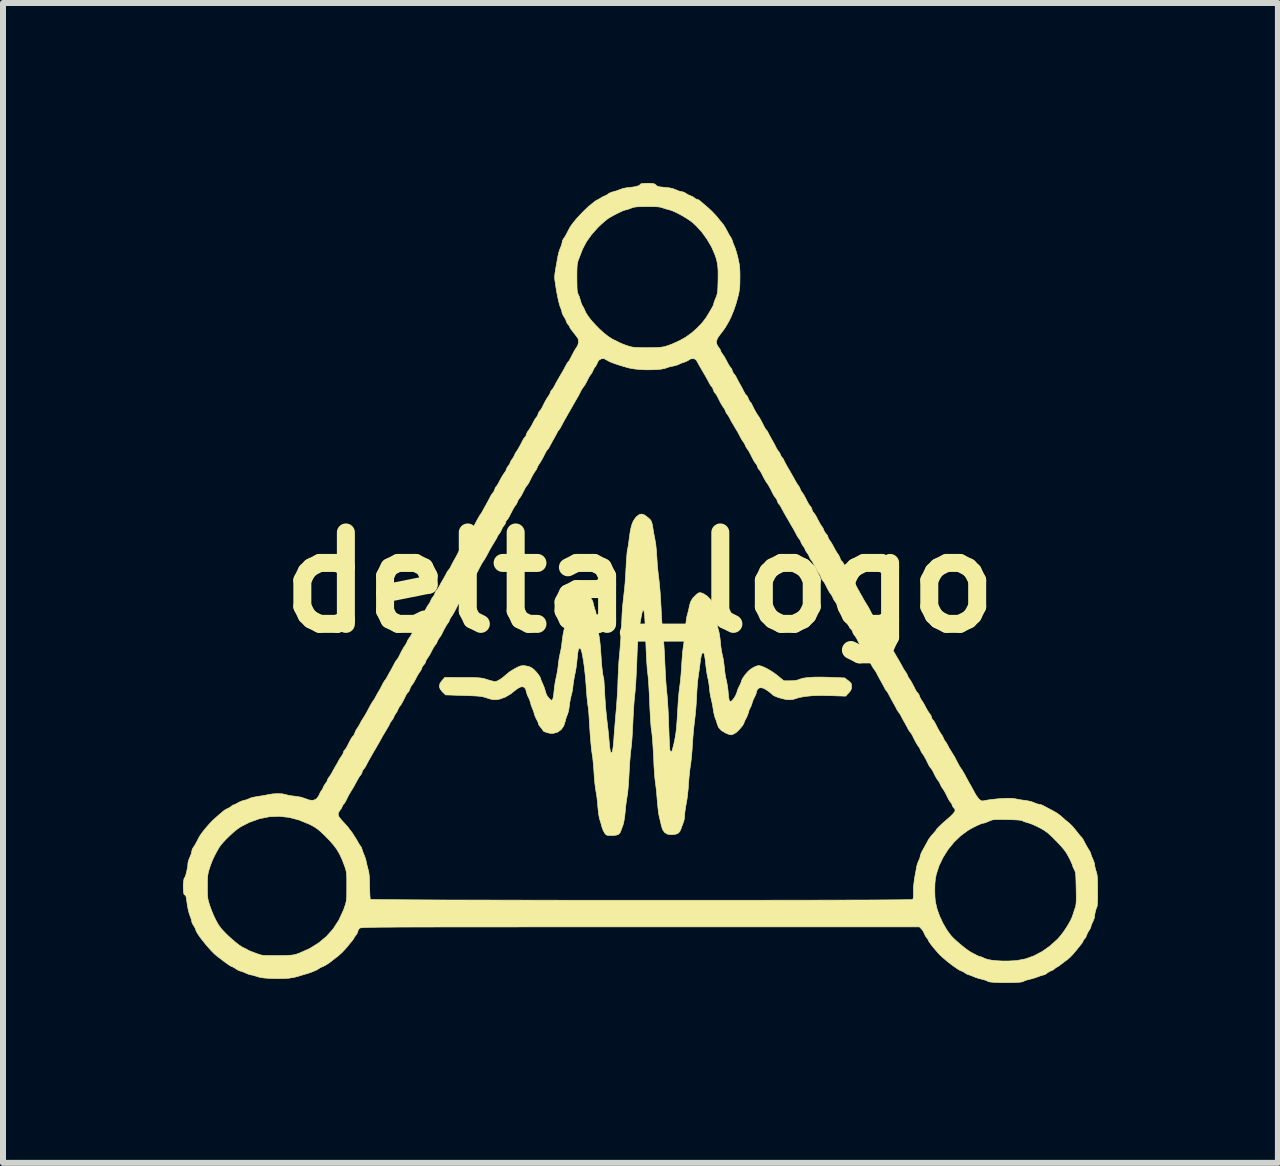
<source format=kicad_pcb>
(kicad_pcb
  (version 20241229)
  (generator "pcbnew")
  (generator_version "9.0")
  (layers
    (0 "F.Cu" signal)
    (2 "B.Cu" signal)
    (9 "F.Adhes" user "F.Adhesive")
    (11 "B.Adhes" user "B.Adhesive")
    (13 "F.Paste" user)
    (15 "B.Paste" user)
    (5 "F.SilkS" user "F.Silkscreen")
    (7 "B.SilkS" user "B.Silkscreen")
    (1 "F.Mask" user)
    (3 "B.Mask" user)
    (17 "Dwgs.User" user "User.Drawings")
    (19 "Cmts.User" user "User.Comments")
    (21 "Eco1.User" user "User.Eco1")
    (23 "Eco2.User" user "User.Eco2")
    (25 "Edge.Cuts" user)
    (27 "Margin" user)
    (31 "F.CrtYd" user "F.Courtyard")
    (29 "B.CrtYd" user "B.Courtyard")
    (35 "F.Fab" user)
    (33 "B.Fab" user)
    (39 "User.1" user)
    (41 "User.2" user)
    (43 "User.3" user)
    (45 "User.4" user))
  (footprint "delta_logo"
    (layer "F.Cu")
    (at 7.614 6.66)
    (property "Reference" "delta_logo" (at 0 0 0) (layer "F.SilkS") (effects (font (size 1.524 1.524) (thickness 0.3))))
    (attr through_hole)
    (fp_poly (pts (xy 0.07 -1.131) (xy 0.119 -1.098) (xy 0.127 -1.091) (xy 0.159 -1.063) (xy 0.181 -1.041) (xy 0.195 -1.016) (xy 0.205 -0.984) (xy 0.215 -0.937) (xy 0.222 -0.889) (xy 0.233 -0.824) (xy 0.246 -0.755) (xy 0.257 -0.696) (xy 0.258 -0.692) (xy 0.266 -0.645) (xy 0.273 -0.581) (xy 0.28 -0.507) (xy 0.284 -0.433) (xy 0.285 -0.425) (xy 0.29 -0.339) (xy 0.298 -0.241) (xy 0.308 -0.143) (xy 0.317 -0.07) (xy 0.325 -0.003) (xy 0.333 0.082) (xy 0.341 0.18) (xy 0.348 0.282) (xy 0.353 0.383) (xy 0.355 0.413) (xy 0.36 0.509) (xy 0.365 0.606) (xy 0.372 0.699) (xy 0.378 0.78) (xy 0.385 0.845) (xy 0.387 0.864) (xy 0.393 0.917) (xy 0.399 0.991) (xy 0.405 1.079) (xy 0.411 1.177) (xy 0.416 1.278) (xy 0.419 1.353) (xy 0.424 1.452) (xy 0.429 1.552) (xy 0.435 1.647) (xy 0.441 1.73) (xy 0.447 1.798) (xy 0.451 1.835) (xy 0.456 1.884) (xy 0.462 1.954) (xy 0.467 2.04) (xy 0.473 2.137) (xy 0.478 2.241) (xy 0.482 2.347) (xy 0.482 2.369) (xy 0.486 2.467) (xy 0.489 2.559) (xy 0.493 2.64) (xy 0.496 2.707) (xy 0.499 2.756) (xy 0.501 2.786) (xy 0.502 2.791) (xy 0.513 2.814) (xy 0.528 2.818) (xy 0.539 2.804) (xy 0.561 2.72) (xy 0.579 2.643) (xy 0.593 2.567) (xy 0.605 2.488) (xy 0.614 2.4) (xy 0.622 2.296) (xy 0.629 2.176) (xy 0.635 2.08) (xy 0.641 1.985) (xy 0.648 1.897) (xy 0.655 1.821) (xy 0.662 1.762) (xy 0.666 1.733) (xy 0.673 1.683) (xy 0.68 1.613) (xy 0.688 1.532) (xy 0.694 1.445) (xy 0.698 1.378) (xy 0.704 1.294) (xy 0.71 1.212) (xy 0.717 1.138) (xy 0.725 1.077) (xy 0.73 1.041) (xy 0.738 0.992) (xy 0.747 0.925) (xy 0.755 0.85) (xy 0.761 0.774) (xy 0.761 0.768) (xy 0.767 0.698) (xy 0.775 0.632) (xy 0.783 0.577) (xy 0.792 0.54) (xy 0.793 0.535) (xy 0.806 0.491) (xy 0.819 0.436) (xy 0.826 0.397) (xy 0.846 0.325) (xy 0.882 0.262) (xy 0.939 0.204) (xy 0.957 0.189) (xy 0.984 0.172) (xy 1.009 0.169) (xy 1.039 0.176) (xy 1.074 0.193) (xy 1.116 0.221) (xy 1.144 0.246) (xy 1.179 0.282) (xy 1.199 0.313) (xy 1.21 0.35) (xy 1.212 0.363) (xy 1.224 0.415) (xy 1.24 0.469) (xy 1.245 0.483) (xy 1.259 0.524) (xy 1.272 0.579) (xy 1.281 0.637) (xy 1.282 0.641) (xy 1.29 0.698) (xy 1.301 0.753) (xy 1.312 0.794) (xy 1.313 0.797) (xy 1.322 0.832) (xy 1.331 0.884) (xy 1.34 0.947) (xy 1.345 1.001) (xy 1.352 1.067) (xy 1.361 1.131) (xy 1.371 1.184) (xy 1.378 1.213) (xy 1.387 1.253) (xy 1.397 1.309) (xy 1.405 1.374) (xy 1.41 1.416) (xy 1.417 1.481) (xy 1.425 1.544) (xy 1.435 1.595) (xy 1.441 1.619) (xy 1.45 1.659) (xy 1.46 1.716) (xy 1.469 1.78) (xy 1.473 1.82) (xy 1.479 1.887) (xy 1.485 1.932) (xy 1.491 1.96) (xy 1.499 1.975) (xy 1.51 1.981) (xy 1.517 1.981) (xy 1.535 1.971) (xy 1.559 1.944) (xy 1.584 1.907) (xy 1.605 1.868) (xy 1.619 1.832) (xy 1.621 1.824) (xy 1.632 1.787) (xy 1.651 1.745) (xy 1.657 1.734) (xy 1.677 1.693) (xy 1.692 1.655) (xy 1.694 1.646) (xy 1.703 1.621) (xy 1.717 1.594) (xy 1.741 1.559) (xy 1.778 1.513) (xy 1.796 1.491) (xy 1.831 1.458) (xy 1.877 1.426) (xy 1.925 1.4) (xy 1.968 1.386) (xy 1.982 1.384) (xy 2.022 1.392) (xy 2.076 1.413) (xy 2.139 1.445) (xy 2.205 1.485) (xy 2.268 1.529) (xy 2.296 1.551) (xy 2.402 1.638) (xy 2.506 1.638) (xy 2.575 1.635) (xy 2.627 1.626) (xy 2.666 1.612) (xy 2.721 1.595) (xy 2.801 1.584) (xy 2.904 1.577) (xy 3.031 1.576) (xy 3.182 1.58) (xy 3.204 1.581) (xy 3.416 1.59) (xy 3.473 1.634) (xy 3.506 1.661) (xy 3.524 1.683) (xy 3.53 1.709) (xy 3.531 1.733) (xy 3.528 1.77) (xy 3.516 1.799) (xy 3.49 1.832) (xy 3.481 1.841) (xy 3.432 1.894) (xy 3.186 1.886) (xy 3.018 1.883) (xy 2.874 1.887) (xy 2.754 1.899) (xy 2.656 1.917) (xy 2.606 1.933) (xy 2.553 1.949) (xy 2.502 1.954) (xy 2.457 1.952) (xy 2.412 1.944) (xy 2.359 1.931) (xy 2.306 1.915) (xy 2.259 1.897) (xy 2.225 1.88) (xy 2.21 1.868) (xy 2.197 1.855) (xy 2.17 1.832) (xy 2.134 1.805) (xy 2.074 1.767) (xy 2.024 1.752) (xy 1.985 1.76) (xy 1.963 1.781) (xy 1.948 1.811) (xy 1.943 1.834) (xy 1.937 1.859) (xy 1.921 1.895) (xy 1.913 1.91) (xy 1.892 1.953) (xy 1.876 1.996) (xy 1.873 2.007) (xy 1.86 2.05) (xy 1.841 2.089) (xy 1.822 2.13) (xy 1.81 2.172) (xy 1.797 2.211) (xy 1.777 2.256) (xy 1.77 2.268) (xy 1.752 2.302) (xy 1.741 2.328) (xy 1.74 2.334) (xy 1.731 2.357) (xy 1.709 2.391) (xy 1.678 2.429) (xy 1.643 2.467) (xy 1.609 2.498) (xy 1.589 2.512) (xy 1.554 2.53) (xy 1.526 2.538) (xy 1.496 2.534) (xy 1.456 2.52) (xy 1.432 2.509) (xy 1.362 2.468) (xy 1.314 2.416) (xy 1.29 2.355) (xy 1.29 2.354) (xy 1.278 2.311) (xy 1.262 2.271) (xy 1.261 2.269) (xy 1.251 2.24) (xy 1.239 2.193) (xy 1.228 2.138) (xy 1.225 2.116) (xy 1.215 2.055) (xy 1.203 1.994) (xy 1.192 1.945) (xy 1.189 1.934) (xy 1.179 1.889) (xy 1.169 1.83) (xy 1.163 1.769) (xy 1.162 1.763) (xy 1.155 1.702) (xy 1.146 1.641) (xy 1.135 1.591) (xy 1.134 1.587) (xy 1.125 1.547) (xy 1.116 1.489) (xy 1.106 1.422) (xy 1.099 1.355) (xy 1.092 1.292) (xy 1.084 1.238) (xy 1.076 1.199) (xy 1.069 1.178) (xy 1.068 1.178) (xy 1.053 1.17) (xy 1.039 1.181) (xy 1.027 1.213) (xy 1.016 1.269) (xy 1.009 1.317) (xy 1 1.388) (xy 0.989 1.47) (xy 0.977 1.549) (xy 0.974 1.575) (xy 0.966 1.636) (xy 0.959 1.715) (xy 0.953 1.801) (xy 0.948 1.887) (xy 0.947 1.918) (xy 0.942 2.007) (xy 0.935 2.105) (xy 0.926 2.202) (xy 0.916 2.287) (xy 0.914 2.305) (xy 0.905 2.382) (xy 0.895 2.474) (xy 0.887 2.573) (xy 0.88 2.669) (xy 0.877 2.711) (xy 0.872 2.795) (xy 0.865 2.878) (xy 0.857 2.955) (xy 0.85 3.018) (xy 0.845 3.049) (xy 0.837 3.102) (xy 0.829 3.172) (xy 0.821 3.252) (xy 0.815 3.333) (xy 0.813 3.36) (xy 0.807 3.442) (xy 0.798 3.526) (xy 0.789 3.603) (xy 0.778 3.667) (xy 0.775 3.683) (xy 0.764 3.745) (xy 0.755 3.807) (xy 0.749 3.858) (xy 0.749 3.873) (xy 0.745 3.925) (xy 0.735 3.975) (xy 0.728 3.994) (xy 0.712 4.038) (xy 0.693 4.089) (xy 0.687 4.108) (xy 0.665 4.154) (xy 0.634 4.183) (xy 0.59 4.198) (xy 0.527 4.203) (xy 0.526 4.203) (xy 0.463 4.195) (xy 0.415 4.167) (xy 0.381 4.119) (xy 0.361 4.056) (xy 0.348 3.999) (xy 0.333 3.936) (xy 0.326 3.905) (xy 0.317 3.864) (xy 0.309 3.805) (xy 0.301 3.734) (xy 0.294 3.661) (xy 0.293 3.645) (xy 0.286 3.565) (xy 0.279 3.482) (xy 0.27 3.405) (xy 0.262 3.342) (xy 0.261 3.338) (xy 0.254 3.28) (xy 0.247 3.205) (xy 0.241 3.121) (xy 0.236 3.037) (xy 0.235 3.007) (xy 0.23 2.887) (xy 0.223 2.771) (xy 0.216 2.663) (xy 0.208 2.567) (xy 0.2 2.488) (xy 0.192 2.43) (xy 0.19 2.419) (xy 0.187 2.39) (xy 0.183 2.339) (xy 0.178 2.271) (xy 0.174 2.19) (xy 0.169 2.099) (xy 0.165 2.002) (xy 0.165 1.996) (xy 0.161 1.895) (xy 0.155 1.796) (xy 0.15 1.703) (xy 0.144 1.622) (xy 0.138 1.556) (xy 0.133 1.513) (xy 0.127 1.468) (xy 0.122 1.402) (xy 0.116 1.32) (xy 0.111 1.227) (xy 0.106 1.126) (xy 0.102 1.024) (xy 0.102 1.016) (xy 0.097 0.877) (xy 0.092 0.762) (xy 0.088 0.669) (xy 0.084 0.595) (xy 0.079 0.539) (xy 0.074 0.499) (xy 0.069 0.474) (xy 0.064 0.46) (xy 0.058 0.457) (xy 0.049 0.469) (xy 0.039 0.5) (xy 0.029 0.545) (xy 0.027 0.556) (xy 0.017 0.612) (xy 0.007 0.668) (xy -0.001 0.71) (xy -0.001 0.711) (xy -0.011 0.772) (xy -0.021 0.841) (xy -0.028 0.922) (xy -0.035 1.017) (xy -0.042 1.129) (xy -0.047 1.262) (xy -0.05 1.346) (xy -0.055 1.449) (xy -0.06 1.553) (xy -0.065 1.651) (xy -0.071 1.739) (xy -0.077 1.812) (xy -0.082 1.86) (xy -0.088 1.918) (xy -0.095 1.995) (xy -0.101 2.085) (xy -0.107 2.183) (xy -0.112 2.282) (xy -0.114 2.33) (xy -0.119 2.426) (xy -0.124 2.522) (xy -0.13 2.611) (xy -0.136 2.689) (xy -0.143 2.751) (xy -0.146 2.775) (xy -0.152 2.827) (xy -0.159 2.898) (xy -0.166 2.982) (xy -0.172 3.074) (xy -0.177 3.166) (xy -0.178 3.188) (xy -0.183 3.277) (xy -0.189 3.363) (xy -0.195 3.44) (xy -0.202 3.505) (xy -0.208 3.551) (xy -0.21 3.561) (xy -0.218 3.609) (xy -0.227 3.673) (xy -0.236 3.746) (xy -0.242 3.815) (xy -0.249 3.882) (xy -0.258 3.946) (xy -0.267 3.997) (xy -0.275 4.031) (xy -0.276 4.032) (xy -0.293 4.079) (xy -0.311 4.129) (xy -0.314 4.138) (xy -0.331 4.174) (xy -0.354 4.197) (xy -0.388 4.21) (xy -0.439 4.216) (xy -0.477 4.216) (xy -0.521 4.216) (xy -0.549 4.211) (xy -0.567 4.2) (xy -0.584 4.178) (xy -0.59 4.169) (xy -0.613 4.124) (xy -0.631 4.074) (xy -0.634 4.064) (xy -0.647 4.014) (xy -0.663 3.961) (xy -0.667 3.95) (xy -0.676 3.914) (xy -0.685 3.861) (xy -0.693 3.797) (xy -0.699 3.734) (xy -0.705 3.661) (xy -0.713 3.587) (xy -0.722 3.522) (xy -0.73 3.48) (xy -0.738 3.433) (xy -0.746 3.367) (xy -0.754 3.292) (xy -0.76 3.212) (xy -0.762 3.181) (xy -0.767 3.106) (xy -0.773 3.033) (xy -0.779 2.97) (xy -0.784 2.923) (xy -0.786 2.908) (xy -0.802 2.801) (xy -0.815 2.674) (xy -0.827 2.525) (xy -0.838 2.353) (xy -0.838 2.349) (xy -0.843 2.269) (xy -0.848 2.194) (xy -0.854 2.128) (xy -0.859 2.079) (xy -0.864 2.049) (xy -0.864 2.049) (xy -0.868 2.021) (xy -0.874 1.972) (xy -0.88 1.907) (xy -0.886 1.83) (xy -0.893 1.745) (xy -0.895 1.706) (xy -0.904 1.595) (xy -0.915 1.488) (xy -0.927 1.388) (xy -0.94 1.298) (xy -0.953 1.22) (xy -0.966 1.159) (xy -0.979 1.118) (xy -0.989 1.102) (xy -1.004 1.093) (xy -1.016 1.103) (xy -1.026 1.132) (xy -1.035 1.183) (xy -1.042 1.258) (xy -1.043 1.265) (xy -1.05 1.338) (xy -1.06 1.413) (xy -1.071 1.481) (xy -1.079 1.518) (xy -1.092 1.582) (xy -1.104 1.654) (xy -1.112 1.714) (xy -1.119 1.775) (xy -1.131 1.839) (xy -1.143 1.886) (xy -1.156 1.94) (xy -1.167 2.004) (xy -1.174 2.057) (xy -1.182 2.113) (xy -1.194 2.166) (xy -1.207 2.204) (xy -1.226 2.251) (xy -1.24 2.303) (xy -1.243 2.315) (xy -1.268 2.392) (xy -1.31 2.451) (xy -1.367 2.493) (xy -1.437 2.513) (xy -1.467 2.515) (xy -1.506 2.511) (xy -1.547 2.501) (xy -1.584 2.488) (xy -1.608 2.475) (xy -1.613 2.466) (xy -1.621 2.452) (xy -1.641 2.427) (xy -1.651 2.415) (xy -1.674 2.385) (xy -1.688 2.36) (xy -1.689 2.354) (xy -1.695 2.332) (xy -1.71 2.299) (xy -1.72 2.282) (xy -1.741 2.239) (xy -1.756 2.196) (xy -1.759 2.184) (xy -1.772 2.142) (xy -1.79 2.098) (xy -1.791 2.095) (xy -1.809 2.05) (xy -1.822 2.003) (xy -1.823 2) (xy -1.835 1.957) (xy -1.853 1.919) (xy -1.855 1.915) (xy -1.873 1.88) (xy -1.886 1.837) (xy -1.888 1.828) (xy -1.903 1.774) (xy -1.928 1.744) (xy -1.963 1.737) (xy -1.983 1.74) (xy -2.022 1.758) (xy -2.056 1.781) (xy -2.152 1.857) (xy -2.242 1.91) (xy -2.331 1.942) (xy -2.381 1.951) (xy -2.425 1.953) (xy -2.468 1.948) (xy -2.521 1.933) (xy -2.543 1.926) (xy -2.575 1.915) (xy -2.606 1.907) (xy -2.639 1.9) (xy -2.679 1.895) (xy -2.729 1.891) (xy -2.794 1.888) (xy -2.878 1.885) (xy -2.938 1.883) (xy -3.237 1.873) (xy -3.289 1.823) (xy -3.327 1.776) (xy -3.341 1.731) (xy -3.331 1.684) (xy -3.296 1.634) (xy -3.294 1.632) (xy -3.249 1.581) (xy -2.949 1.583) (xy -2.853 1.583) (xy -2.778 1.584) (xy -2.72 1.586) (xy -2.675 1.589) (xy -2.639 1.593) (xy -2.607 1.599) (xy -2.576 1.607) (xy -2.543 1.618) (xy -2.491 1.633) (xy -2.445 1.645) (xy -2.414 1.651) (xy -2.408 1.651) (xy -2.38 1.643) (xy -2.34 1.622) (xy -2.295 1.592) (xy -2.252 1.557) (xy -2.242 1.548) (xy -2.177 1.494) (xy -2.104 1.447) (xy -2.06 1.423) (xy -2.013 1.4) (xy -1.976 1.388) (xy -1.941 1.385) (xy -1.912 1.387) (xy -1.843 1.401) (xy -1.791 1.428) (xy -1.758 1.456) (xy -1.723 1.493) (xy -1.69 1.534) (xy -1.665 1.571) (xy -1.652 1.599) (xy -1.651 1.604) (xy -1.646 1.625) (xy -1.632 1.658) (xy -1.62 1.683) (xy -1.598 1.735) (xy -1.579 1.792) (xy -1.574 1.812) (xy -1.554 1.873) (xy -1.517 1.924) (xy -1.515 1.926) (xy -1.488 1.953) (xy -1.471 1.963) (xy -1.46 1.959) (xy -1.454 1.951) (xy -1.446 1.929) (xy -1.438 1.889) (xy -1.431 1.837) (xy -1.429 1.812) (xy -1.422 1.744) (xy -1.411 1.67) (xy -1.398 1.605) (xy -1.396 1.596) (xy -1.383 1.535) (xy -1.37 1.462) (xy -1.36 1.391) (xy -1.359 1.373) (xy -1.351 1.31) (xy -1.341 1.248) (xy -1.33 1.196) (xy -1.327 1.181) (xy -1.317 1.136) (xy -1.306 1.076) (xy -1.298 1.012) (xy -1.295 0.988) (xy -1.287 0.922) (xy -1.276 0.853) (xy -1.263 0.794) (xy -1.259 0.779) (xy -1.244 0.72) (xy -1.231 0.658) (xy -1.225 0.616) (xy -1.216 0.563) (xy -1.202 0.509) (xy -1.193 0.484) (xy -1.175 0.437) (xy -1.162 0.39) (xy -1.16 0.378) (xy -1.14 0.322) (xy -1.101 0.266) (xy -1.05 0.217) (xy -0.994 0.183) (xy -0.96 0.17) (xy -0.933 0.168) (xy -0.907 0.179) (xy -0.874 0.205) (xy -0.853 0.223) (xy -0.816 0.259) (xy -0.794 0.29) (xy -0.78 0.325) (xy -0.774 0.351) (xy -0.762 0.4) (xy -0.748 0.448) (xy -0.74 0.468) (xy -0.731 0.5) (xy -0.722 0.549) (xy -0.714 0.609) (xy -0.709 0.658) (xy -0.703 0.728) (xy -0.694 0.799) (xy -0.684 0.862) (xy -0.678 0.893) (xy -0.671 0.938) (xy -0.663 1.001) (xy -0.656 1.076) (xy -0.65 1.156) (xy -0.647 1.2) (xy -0.64 1.301) (xy -0.633 1.393) (xy -0.624 1.47) (xy -0.616 1.531) (xy -0.608 1.573) (xy -0.602 1.589) (xy -0.6 1.604) (xy -0.596 1.641) (xy -0.593 1.695) (xy -0.588 1.763) (xy -0.584 1.84) (xy -0.584 1.857) (xy -0.578 1.952) (xy -0.571 2.055) (xy -0.562 2.155) (xy -0.553 2.246) (xy -0.546 2.305) (xy -0.536 2.389) (xy -0.526 2.48) (xy -0.517 2.569) (xy -0.511 2.643) (xy -0.51 2.649) (xy -0.505 2.711) (xy -0.498 2.766) (xy -0.491 2.806) (xy -0.485 2.827) (xy -0.475 2.841) (xy -0.467 2.836) (xy -0.457 2.813) (xy -0.451 2.787) (xy -0.444 2.741) (xy -0.438 2.681) (xy -0.432 2.614) (xy -0.431 2.597) (xy -0.426 2.526) (xy -0.419 2.438) (xy -0.411 2.34) (xy -0.403 2.24) (xy -0.395 2.153) (xy -0.386 2.048) (xy -0.378 1.93) (xy -0.37 1.807) (xy -0.365 1.691) (xy -0.363 1.619) (xy -0.359 1.526) (xy -0.354 1.428) (xy -0.349 1.333) (xy -0.342 1.25) (xy -0.336 1.187) (xy -0.33 1.124) (xy -0.324 1.042) (xy -0.317 0.948) (xy -0.311 0.849) (xy -0.306 0.75) (xy -0.304 0.724) (xy -0.299 0.616) (xy -0.295 0.526) (xy -0.29 0.449) (xy -0.284 0.377) (xy -0.276 0.303) (xy -0.267 0.222) (xy -0.256 0.125) (xy -0.255 0.121) (xy -0.251 0.076) (xy -0.245 0.012) (xy -0.24 -0.066) (xy -0.234 -0.152) (xy -0.23 -0.239) (xy -0.229 -0.248) (xy -0.225 -0.331) (xy -0.219 -0.407) (xy -0.214 -0.473) (xy -0.209 -0.524) (xy -0.204 -0.555) (xy -0.203 -0.559) (xy -0.196 -0.589) (xy -0.188 -0.637) (xy -0.18 -0.697) (xy -0.172 -0.762) (xy -0.156 -0.869) (xy -0.136 -0.954) (xy -0.11 -1.021) (xy -0.076 -1.073) (xy -0.051 -1.101) (xy -0.01 -1.132) (xy 0.029 -1.142) (xy 0.07 -1.131)) (stroke (width 0.01) (type solid)) (fill yes) (layer "F.SilkS"))
    (fp_poly (pts (xy 0.182 -6.654) (xy 0.219 -6.651) (xy 0.243 -6.645) (xy 0.26 -6.634) (xy 0.27 -6.625) (xy 0.288 -6.61) (xy 0.311 -6.6) (xy 0.346 -6.594) (xy 0.398 -6.589) (xy 0.417 -6.587) (xy 0.493 -6.579) (xy 0.552 -6.566) (xy 0.602 -6.547) (xy 0.644 -6.529) (xy 0.682 -6.518) (xy 0.7 -6.515) (xy 0.731 -6.508) (xy 0.766 -6.489) (xy 0.774 -6.484) (xy 0.81 -6.462) (xy 0.846 -6.447) (xy 0.851 -6.445) (xy 0.886 -6.43) (xy 0.909 -6.413) (xy 0.934 -6.394) (xy 0.954 -6.388) (xy 0.978 -6.38) (xy 1.008 -6.36) (xy 1.015 -6.353) (xy 1.05 -6.322) (xy 1.09 -6.289) (xy 1.1 -6.28) (xy 1.149 -6.238) (xy 1.203 -6.187) (xy 1.253 -6.135) (xy 1.294 -6.089) (xy 1.308 -6.071) (xy 1.336 -6.035) (xy 1.365 -6.002) (xy 1.368 -5.998) (xy 1.391 -5.97) (xy 1.417 -5.93) (xy 1.449 -5.873) (xy 1.478 -5.818) (xy 1.497 -5.784) (xy 1.515 -5.757) (xy 1.518 -5.753) (xy 1.533 -5.727) (xy 1.544 -5.696) (xy 1.556 -5.658) (xy 1.573 -5.617) (xy 1.575 -5.613) (xy 1.587 -5.583) (xy 1.603 -5.535) (xy 1.62 -5.476) (xy 1.634 -5.423) (xy 1.648 -5.36) (xy 1.659 -5.306) (xy 1.665 -5.254) (xy 1.669 -5.196) (xy 1.67 -5.123) (xy 1.67 -5.086) (xy 1.669 -5.003) (xy 1.667 -4.938) (xy 1.661 -4.883) (xy 1.653 -4.831) (xy 1.64 -4.776) (xy 1.64 -4.775) (xy 1.604 -4.645) (xy 1.562 -4.524) (xy 1.518 -4.418) (xy 1.49 -4.362) (xy 1.454 -4.298) (xy 1.424 -4.248) (xy 1.394 -4.205) (xy 1.361 -4.161) (xy 1.34 -4.135) (xy 1.299 -4.077) (xy 1.279 -4.027) (xy 1.28 -3.982) (xy 1.302 -3.938) (xy 1.313 -3.924) (xy 1.334 -3.895) (xy 1.346 -3.872) (xy 1.346 -3.868) (xy 1.354 -3.847) (xy 1.371 -3.819) (xy 1.374 -3.816) (xy 1.394 -3.788) (xy 1.417 -3.752) (xy 1.444 -3.702) (xy 1.474 -3.644) (xy 1.494 -3.61) (xy 1.513 -3.586) (xy 1.516 -3.583) (xy 1.533 -3.559) (xy 1.543 -3.531) (xy 1.556 -3.498) (xy 1.571 -3.478) (xy 1.589 -3.456) (xy 1.609 -3.422) (xy 1.615 -3.41) (xy 1.636 -3.369) (xy 1.663 -3.32) (xy 1.676 -3.296) (xy 1.703 -3.248) (xy 1.728 -3.199) (xy 1.739 -3.178) (xy 1.756 -3.146) (xy 1.771 -3.127) (xy 1.776 -3.124) (xy 1.787 -3.113) (xy 1.801 -3.086) (xy 1.809 -3.067) (xy 1.824 -3.034) (xy 1.837 -3.013) (xy 1.841 -3.01) (xy 1.852 -2.999) (xy 1.867 -2.973) (xy 1.872 -2.962) (xy 1.894 -2.916) (xy 1.921 -2.866) (xy 1.947 -2.82) (xy 1.968 -2.788) (xy 1.971 -2.784) (xy 1.991 -2.755) (xy 2.021 -2.702) (xy 2.059 -2.628) (xy 2.07 -2.607) (xy 2.088 -2.574) (xy 2.103 -2.551) (xy 2.108 -2.546) (xy 2.121 -2.531) (xy 2.138 -2.502) (xy 2.146 -2.485) (xy 2.169 -2.442) (xy 2.196 -2.392) (xy 2.21 -2.369) (xy 2.236 -2.322) (xy 2.261 -2.274) (xy 2.272 -2.252) (xy 2.29 -2.219) (xy 2.306 -2.196) (xy 2.311 -2.191) (xy 2.324 -2.174) (xy 2.34 -2.144) (xy 2.345 -2.133) (xy 2.359 -2.102) (xy 2.371 -2.084) (xy 2.374 -2.083) (xy 2.385 -2.072) (xy 2.399 -2.046) (xy 2.404 -2.035) (xy 2.423 -1.996) (xy 2.449 -1.949) (xy 2.463 -1.924) (xy 2.515 -1.836) (xy 2.561 -1.755) (xy 2.597 -1.689) (xy 2.618 -1.653) (xy 2.639 -1.623) (xy 2.643 -1.617) (xy 2.664 -1.586) (xy 2.673 -1.562) (xy 2.689 -1.527) (xy 2.703 -1.507) (xy 2.728 -1.472) (xy 2.76 -1.415) (xy 2.8 -1.336) (xy 2.821 -1.3) (xy 2.844 -1.27) (xy 2.845 -1.27) (xy 2.864 -1.242) (xy 2.87 -1.219) (xy 2.879 -1.191) (xy 2.895 -1.169) (xy 2.917 -1.141) (xy 2.94 -1.104) (xy 2.944 -1.096) (xy 2.98 -1.027) (xy 3.007 -0.978) (xy 3.027 -0.946) (xy 3.04 -0.929) (xy 3.058 -0.9) (xy 3.067 -0.874) (xy 3.083 -0.841) (xy 3.106 -0.812) (xy 3.128 -0.786) (xy 3.137 -0.762) (xy 3.137 -0.761) (xy 3.144 -0.737) (xy 3.163 -0.707) (xy 3.164 -0.705) (xy 3.185 -0.676) (xy 3.208 -0.639) (xy 3.236 -0.587) (xy 3.261 -0.54) (xy 3.282 -0.504) (xy 3.302 -0.476) (xy 3.321 -0.447) (xy 3.338 -0.409) (xy 3.34 -0.403) (xy 3.352 -0.373) (xy 3.364 -0.357) (xy 3.367 -0.356) (xy 3.379 -0.345) (xy 3.396 -0.319) (xy 3.405 -0.302) (xy 3.427 -0.258) (xy 3.454 -0.208) (xy 3.467 -0.184) (xy 3.493 -0.137) (xy 3.518 -0.089) (xy 3.529 -0.068) (xy 3.547 -0.035) (xy 3.563 -0.012) (xy 3.567 -0.007) (xy 3.581 0.008) (xy 3.599 0.039) (xy 3.607 0.055) (xy 3.629 0.098) (xy 3.657 0.147) (xy 3.67 0.171) (xy 3.694 0.213) (xy 3.715 0.25) (xy 3.724 0.267) (xy 3.743 0.301) (xy 3.764 0.334) (xy 3.82 0.427) (xy 3.858 0.502) (xy 3.878 0.537) (xy 3.897 0.564) (xy 3.903 0.569) (xy 3.92 0.594) (xy 3.931 0.622) (xy 3.943 0.655) (xy 3.959 0.675) (xy 3.976 0.697) (xy 3.997 0.731) (xy 4.003 0.743) (xy 4.024 0.784) (xy 4.05 0.833) (xy 4.064 0.857) (xy 4.091 0.904) (xy 4.117 0.953) (xy 4.127 0.974) (xy 4.145 1.008) (xy 4.161 1.03) (xy 4.166 1.035) (xy 4.178 1.05) (xy 4.195 1.08) (xy 4.204 1.096) (xy 4.228 1.143) (xy 4.256 1.191) (xy 4.261 1.2) (xy 4.305 1.274) (xy 4.347 1.347) (xy 4.382 1.41) (xy 4.388 1.422) (xy 4.409 1.459) (xy 4.43 1.489) (xy 4.434 1.494) (xy 4.454 1.526) (xy 4.464 1.549) (xy 4.478 1.583) (xy 4.492 1.602) (xy 4.512 1.63) (xy 4.539 1.677) (xy 4.57 1.736) (xy 4.596 1.788) (xy 4.614 1.819) (xy 4.629 1.839) (xy 4.634 1.841) (xy 4.645 1.852) (xy 4.658 1.879) (xy 4.661 1.889) (xy 4.677 1.928) (xy 4.695 1.959) (xy 4.698 1.962) (xy 4.718 1.991) (xy 4.739 2.027) (xy 4.742 2.032) (xy 4.777 2.099) (xy 4.807 2.15) (xy 4.835 2.189) (xy 4.836 2.19) (xy 4.855 2.22) (xy 4.864 2.246) (xy 4.864 2.248) (xy 4.873 2.274) (xy 4.885 2.287) (xy 4.903 2.309) (xy 4.924 2.344) (xy 4.93 2.356) (xy 4.962 2.42) (xy 4.993 2.476) (xy 5.019 2.518) (xy 5.033 2.538) (xy 5.051 2.567) (xy 5.061 2.591) (xy 5.077 2.626) (xy 5.093 2.648) (xy 5.114 2.677) (xy 5.134 2.714) (xy 5.136 2.718) (xy 5.155 2.755) (xy 5.182 2.8) (xy 5.194 2.819) (xy 5.222 2.864) (xy 5.25 2.91) (xy 5.259 2.927) (xy 5.292 2.991) (xy 5.316 3.037) (xy 5.333 3.067) (xy 5.346 3.087) (xy 5.355 3.101) (xy 5.357 3.103) (xy 5.37 3.12) (xy 5.387 3.149) (xy 5.412 3.192) (xy 5.445 3.253) (xy 5.461 3.283) (xy 5.483 3.324) (xy 5.511 3.373) (xy 5.525 3.397) (xy 5.551 3.444) (xy 5.576 3.491) (xy 5.587 3.512) (xy 5.613 3.555) (xy 5.645 3.598) (xy 5.651 3.605) (xy 5.68 3.631) (xy 5.704 3.641) (xy 5.725 3.639) (xy 5.801 3.625) (xy 5.885 3.614) (xy 5.973 3.605) (xy 6.059 3.599) (xy 6.138 3.596) (xy 6.204 3.598) (xy 6.251 3.603) (xy 6.261 3.605) (xy 6.295 3.612) (xy 6.344 3.621) (xy 6.4 3.629) (xy 6.415 3.63) (xy 6.48 3.641) (xy 6.536 3.655) (xy 6.574 3.67) (xy 6.612 3.686) (xy 6.647 3.695) (xy 6.655 3.696) (xy 6.69 3.703) (xy 6.718 3.715) (xy 6.748 3.731) (xy 6.789 3.753) (xy 6.814 3.766) (xy 6.877 3.799) (xy 6.924 3.825) (xy 6.96 3.847) (xy 6.991 3.87) (xy 7.024 3.896) (xy 7.063 3.931) (xy 7.068 3.935) (xy 7.092 3.957) (xy 7.127 3.985) (xy 7.148 4.002) (xy 7.182 4.033) (xy 7.223 4.076) (xy 7.264 4.125) (xy 7.273 4.137) (xy 7.306 4.179) (xy 7.334 4.213) (xy 7.353 4.235) (xy 7.358 4.239) (xy 7.372 4.255) (xy 7.391 4.285) (xy 7.398 4.297) (xy 7.435 4.368) (xy 7.464 4.419) (xy 7.486 4.456) (xy 7.496 4.471) (xy 7.512 4.499) (xy 7.519 4.521) (xy 7.524 4.543) (xy 7.538 4.578) (xy 7.55 4.604) (xy 7.568 4.647) (xy 7.58 4.688) (xy 7.582 4.705) (xy 7.587 4.739) (xy 7.598 4.784) (xy 7.607 4.813) (xy 7.616 4.841) (xy 7.622 4.871) (xy 7.627 4.908) (xy 7.63 4.955) (xy 7.631 5.018) (xy 7.632 5.1) (xy 7.632 5.138) (xy 7.632 5.216) (xy 7.631 5.286) (xy 7.628 5.343) (xy 7.626 5.384) (xy 7.622 5.403) (xy 7.622 5.404) (xy 7.612 5.425) (xy 7.6 5.461) (xy 7.59 5.504) (xy 7.583 5.545) (xy 7.582 5.565) (xy 7.576 5.593) (xy 7.562 5.632) (xy 7.55 5.658) (xy 7.532 5.697) (xy 7.521 5.728) (xy 7.519 5.741) (xy 7.511 5.763) (xy 7.493 5.794) (xy 7.487 5.803) (xy 7.465 5.839) (xy 7.45 5.875) (xy 7.448 5.88) (xy 7.434 5.915) (xy 7.416 5.938) (xy 7.397 5.96) (xy 7.391 5.974) (xy 7.384 5.992) (xy 7.365 6.02) (xy 7.356 6.031) (xy 7.326 6.068) (xy 7.292 6.111) (xy 7.28 6.126) (xy 7.222 6.195) (xy 7.173 6.246) (xy 7.141 6.274) (xy 7.118 6.291) (xy 7.083 6.318) (xy 7.041 6.35) (xy 7.037 6.353) (xy 6.999 6.382) (xy 6.968 6.403) (xy 6.95 6.413) (xy 6.949 6.413) (xy 6.933 6.422) (xy 6.916 6.438) (xy 6.886 6.46) (xy 6.861 6.47) (xy 6.829 6.484) (xy 6.794 6.507) (xy 6.791 6.51) (xy 6.763 6.53) (xy 6.739 6.54) (xy 6.737 6.54) (xy 6.716 6.545) (xy 6.68 6.556) (xy 6.639 6.571) (xy 6.583 6.591) (xy 6.523 6.608) (xy 6.487 6.617) (xy 6.444 6.628) (xy 6.409 6.641) (xy 6.395 6.649) (xy 6.376 6.656) (xy 6.336 6.662) (xy 6.279 6.666) (xy 6.212 6.668) (xy 6.137 6.669) (xy 6.06 6.669) (xy 5.985 6.668) (xy 5.918 6.665) (xy 5.862 6.661) (xy 5.822 6.655) (xy 5.803 6.648) (xy 5.781 6.636) (xy 5.743 6.623) (xy 5.696 6.611) (xy 5.695 6.611) (xy 5.642 6.597) (xy 5.591 6.58) (xy 5.557 6.566) (xy 5.521 6.55) (xy 5.493 6.541) (xy 5.486 6.54) (xy 5.464 6.533) (xy 5.432 6.515) (xy 5.423 6.509) (xy 5.393 6.489) (xy 5.37 6.478) (xy 5.366 6.477) (xy 5.344 6.469) (xy 5.307 6.448) (xy 5.259 6.415) (xy 5.204 6.376) (xy 5.146 6.331) (xy 5.09 6.285) (xy 5.039 6.241) (xy 5.005 6.209) (xy 4.97 6.172) (xy 4.932 6.128) (xy 4.893 6.082) (xy 4.859 6.039) (xy 4.832 6.002) (xy 4.816 5.977) (xy 4.813 5.97) (xy 4.806 5.953) (xy 4.787 5.927) (xy 4.782 5.921) (xy 4.759 5.887) (xy 4.744 5.853) (xy 4.743 5.85) (xy 4.728 5.819) (xy 4.704 5.784) (xy 4.699 5.778) (xy 4.663 5.74) (xy -0.401 5.74) (xy -0.785 5.74) (xy -1.145 5.74) (xy -1.482 5.74) (xy -1.797 5.74) (xy -2.09 5.741) (xy -2.362 5.741) (xy -2.615 5.741) (xy -2.848 5.741) (xy -3.063 5.741) (xy -3.26 5.741) (xy -3.44 5.742) (xy -3.603 5.742) (xy -3.752 5.742) (xy -3.886 5.743) (xy -4.006 5.743) (xy -4.113 5.744) (xy -4.207 5.745) (xy -4.29 5.745) (xy -4.363 5.746) (xy -4.425 5.747) (xy -4.478 5.748) (xy -4.523 5.749) (xy -4.56 5.75) (xy -4.59 5.751) (xy -4.614 5.753) (xy -4.632 5.754) (xy -4.646 5.756) (xy -4.656 5.758) (xy -4.663 5.759) (xy -4.668 5.761) (xy -4.671 5.763) (xy -4.674 5.766) (xy -4.674 5.766) (xy -4.693 5.793) (xy -4.699 5.816) (xy -4.707 5.841) (xy -4.726 5.872) (xy -4.731 5.878) (xy -4.751 5.904) (xy -4.762 5.922) (xy -4.763 5.925) (xy -4.77 5.939) (xy -4.789 5.965) (xy -4.797 5.975) (xy -4.829 6.013) (xy -4.861 6.053) (xy -4.864 6.057) (xy -4.909 6.11) (xy -4.961 6.165) (xy -5.014 6.213) (xy -5.042 6.236) (xy -5.081 6.266) (xy -5.12 6.296) (xy -5.124 6.3) (xy -5.175 6.339) (xy -5.227 6.373) (xy -5.273 6.398) (xy -5.296 6.407) (xy -5.331 6.423) (xy -5.351 6.437) (xy -5.377 6.454) (xy -5.421 6.474) (xy -5.475 6.496) (xy -5.532 6.516) (xy -5.582 6.53) (xy -5.63 6.544) (xy -5.679 6.559) (xy -5.683 6.561) (xy -5.759 6.581) (xy -5.844 6.595) (xy -5.942 6.601) (xy -6.057 6.602) (xy -6.108 6.601) (xy -6.194 6.597) (xy -6.259 6.592) (xy -6.31 6.585) (xy -6.352 6.576) (xy -6.381 6.567) (xy -6.425 6.553) (xy -6.463 6.543) (xy -6.482 6.54) (xy -6.508 6.534) (xy -6.546 6.52) (xy -6.572 6.508) (xy -6.611 6.491) (xy -6.643 6.48) (xy -6.656 6.477) (xy -6.678 6.47) (xy -6.711 6.453) (xy -6.732 6.439) (xy -6.766 6.418) (xy -6.792 6.404) (xy -6.801 6.401) (xy -6.82 6.393) (xy -6.858 6.368) (xy -6.914 6.328) (xy -6.988 6.272) (xy -7.042 6.231) (xy -7.085 6.195) (xy -7.134 6.146) (xy -7.186 6.089) (xy -7.239 6.027) (xy -7.289 5.965) (xy -7.334 5.906) (xy -7.37 5.853) (xy -7.394 5.811) (xy -7.404 5.782) (xy -7.404 5.781) (xy -7.411 5.762) (xy -7.427 5.733) (xy -7.436 5.72) (xy -7.456 5.686) (xy -7.467 5.657) (xy -7.468 5.649) (xy -7.472 5.625) (xy -7.485 5.587) (xy -7.498 5.553) (xy -7.514 5.505) (xy -7.529 5.443) (xy -7.541 5.38) (xy -7.543 5.366) (xy -7.552 5.3) (xy -7.559 5.255) (xy -7.566 5.227) (xy -7.574 5.212) (xy -7.584 5.207) (xy -7.589 5.207) (xy -7.598 5.195) (xy -7.604 5.165) (xy -7.608 5.121) (xy -7.609 5.07) (xy -7.609 5.067) (xy -7.207 5.067) (xy -7.206 5.144) (xy -7.205 5.202) (xy -7.202 5.247) (xy -7.196 5.286) (xy -7.186 5.325) (xy -7.172 5.37) (xy -7.167 5.386) (xy -7.142 5.455) (xy -7.111 5.532) (xy -7.077 5.605) (xy -7.066 5.627) (xy -7.035 5.684) (xy -7.005 5.731) (xy -6.97 5.776) (xy -6.924 5.825) (xy -6.884 5.866) (xy -6.815 5.93) (xy -6.748 5.988) (xy -6.686 6.037) (xy -6.633 6.073) (xy -6.595 6.092) (xy -6.567 6.105) (xy -6.541 6.12) (xy -6.512 6.136) (xy -6.464 6.155) (xy -6.406 6.177) (xy -6.342 6.199) (xy -6.306 6.21) (xy -6.281 6.214) (xy -6.236 6.216) (xy -6.175 6.218) (xy -6.102 6.218) (xy -6.023 6.218) (xy -6.02 6.218) (xy -5.934 6.217) (xy -5.869 6.215) (xy -5.819 6.212) (xy -5.781 6.208) (xy -5.749 6.202) (xy -5.718 6.193) (xy -5.685 6.181) (xy -5.671 6.176) (xy -5.502 6.101) (xy -5.353 6.008) (xy -5.222 5.899) (xy -5.11 5.773) (xy -5.017 5.629) (xy -4.942 5.468) (xy -4.924 5.419) (xy -4.91 5.377) (xy -4.9 5.342) (xy -4.892 5.309) (xy -4.888 5.272) (xy -4.885 5.228) (xy -4.884 5.169) (xy -4.884 5.091) (xy -4.884 5.067) (xy -4.884 4.984) (xy -4.884 4.921) (xy -4.886 4.874) (xy -4.89 4.836) (xy -4.896 4.803) (xy -4.905 4.77) (xy -4.918 4.732) (xy -4.923 4.718) (xy -4.961 4.618) (xy -5.001 4.532) (xy -5.045 4.455) (xy -5.1 4.381) (xy -5.166 4.304) (xy -5.25 4.218) (xy -5.26 4.209) (xy -5.316 4.155) (xy -5.363 4.115) (xy -5.409 4.083) (xy -5.46 4.053) (xy -5.512 4.027) (xy -5.678 3.959) (xy -5.844 3.915) (xy -6.009 3.897) (xy -6.174 3.904) (xy -6.339 3.937) (xy -6.502 3.995) (xy -6.648 4.069) (xy -6.699 4.103) (xy -6.76 4.151) (xy -6.823 4.208) (xy -6.886 4.269) (xy -6.943 4.329) (xy -6.988 4.382) (xy -7.014 4.42) (xy -7.065 4.511) (xy -7.105 4.59) (xy -7.137 4.664) (xy -7.165 4.741) (xy -7.167 4.75) (xy -7.183 4.798) (xy -7.193 4.838) (xy -7.2 4.876) (xy -7.204 4.919) (xy -7.206 4.973) (xy -7.207 5.044) (xy -7.207 5.067) (xy -7.609 5.067) (xy -7.608 5.019) (xy -7.603 4.973) (xy -7.597 4.939) (xy -7.588 4.923) (xy -7.578 4.904) (xy -7.565 4.868) (xy -7.553 4.82) (xy -7.542 4.767) (xy -7.534 4.717) (xy -7.531 4.676) (xy -7.525 4.645) (xy -7.51 4.604) (xy -7.499 4.578) (xy -7.481 4.536) (xy -7.47 4.498) (xy -7.468 4.482) (xy -7.46 4.447) (xy -7.444 4.418) (xy -7.429 4.398) (xy -7.413 4.372) (xy -7.393 4.336) (xy -7.366 4.285) (xy -7.347 4.247) (xy -7.328 4.216) (xy -7.298 4.173) (xy -7.26 4.124) (xy -7.231 4.089) (xy -7.172 4.021) (xy -7.117 3.964) (xy -7.057 3.909) (xy -7.015 3.873) (xy -5.027 3.873) (xy -5.011 3.91) (xy -4.974 3.955) (xy -4.969 3.961) (xy -4.872 4.067) (xy -4.791 4.174) (xy -4.717 4.291) (xy -4.694 4.333) (xy -4.673 4.368) (xy -4.656 4.393) (xy -4.649 4.4) (xy -4.639 4.416) (xy -4.629 4.446) (xy -4.629 4.448) (xy -4.616 4.488) (xy -4.599 4.531) (xy -4.597 4.534) (xy -4.581 4.574) (xy -4.566 4.623) (xy -4.56 4.649) (xy -4.548 4.704) (xy -4.533 4.764) (xy -4.526 4.788) (xy -4.516 4.831) (xy -4.509 4.888) (xy -4.505 4.963) (xy -4.503 5.059) (xy -4.503 5.062) (xy -4.501 5.132) (xy -4.499 5.194) (xy -4.496 5.242) (xy -4.493 5.273) (xy -4.491 5.281) (xy -4.478 5.282) (xy -4.44 5.283) (xy -4.379 5.284) (xy -4.296 5.285) (xy -4.193 5.286) (xy -4.069 5.287) (xy -3.926 5.288) (xy -3.766 5.289) (xy -3.589 5.29) (xy -3.397 5.291) (xy -3.19 5.292) (xy -2.97 5.292) (xy -2.738 5.293) (xy -2.495 5.293) (xy -2.242 5.294) (xy -1.98 5.294) (xy -1.71 5.295) (xy -1.433 5.295) (xy -1.151 5.296) (xy -0.865 5.296) (xy -0.575 5.296) (xy -0.283 5.296) (xy 0.011 5.296) (xy 0.304 5.296) (xy 0.597 5.296) (xy 0.887 5.296) (xy 1.174 5.296) (xy 1.457 5.296) (xy 1.734 5.296) (xy 2.004 5.296) (xy 2.267 5.295) (xy 2.522 5.295) (xy 2.766 5.295) (xy 3 5.294) (xy 3.221 5.294) (xy 3.429 5.293) (xy 3.623 5.292) (xy 3.802 5.292) (xy 3.964 5.291) (xy 4.109 5.29) (xy 4.235 5.289) (xy 4.341 5.288) (xy 4.426 5.287) (xy 4.489 5.286) (xy 4.53 5.285) (xy 4.546 5.284) (xy 4.546 5.284) (xy 4.555 5.272) (xy 4.56 5.247) (xy 4.562 5.204) (xy 4.561 5.166) (xy 4.918 5.166) (xy 4.921 5.247) (xy 4.927 5.313) (xy 4.928 5.321) (xy 4.954 5.436) (xy 4.997 5.558) (xy 5.054 5.68) (xy 5.121 5.795) (xy 5.186 5.883) (xy 5.22 5.92) (xy 5.269 5.966) (xy 5.326 6.016) (xy 5.386 6.066) (xy 5.444 6.111) (xy 5.495 6.147) (xy 5.531 6.169) (xy 5.573 6.19) (xy 5.612 6.211) (xy 5.62 6.215) (xy 5.65 6.229) (xy 5.673 6.236) (xy 5.674 6.236) (xy 5.695 6.241) (xy 5.727 6.255) (xy 5.744 6.264) (xy 5.793 6.281) (xy 5.863 6.295) (xy 5.947 6.304) (xy 6.043 6.309) (xy 6.144 6.309) (xy 6.247 6.304) (xy 6.291 6.3) (xy 6.431 6.273) (xy 6.572 6.222) (xy 6.709 6.15) (xy 6.84 6.057) (xy 6.962 5.946) (xy 6.967 5.942) (xy 7.019 5.881) (xy 7.073 5.809) (xy 7.124 5.732) (xy 7.168 5.657) (xy 7.202 5.588) (xy 7.219 5.541) (xy 7.235 5.49) (xy 7.253 5.436) (xy 7.258 5.423) (xy 7.265 5.4) (xy 7.27 5.373) (xy 7.274 5.338) (xy 7.276 5.292) (xy 7.276 5.23) (xy 7.275 5.148) (xy 7.274 5.099) (xy 7.272 5.009) (xy 7.27 4.94) (xy 7.268 4.89) (xy 7.264 4.852) (xy 7.259 4.825) (xy 7.252 4.804) (xy 7.243 4.786) (xy 7.241 4.782) (xy 7.224 4.748) (xy 7.215 4.721) (xy 7.214 4.715) (xy 7.208 4.698) (xy 7.193 4.663) (xy 7.171 4.617) (xy 7.153 4.582) (xy 7.126 4.532) (xy 7.099 4.488) (xy 7.066 4.445) (xy 7.025 4.397) (xy 6.971 4.339) (xy 6.944 4.311) (xy 6.884 4.25) (xy 6.836 4.204) (xy 6.795 4.169) (xy 6.755 4.14) (xy 6.712 4.113) (xy 6.674 4.092) (xy 6.614 4.062) (xy 6.552 4.034) (xy 6.498 4.013) (xy 6.473 4.006) (xy 6.429 3.993) (xy 6.394 3.98) (xy 6.377 3.971) (xy 6.356 3.964) (xy 6.311 3.959) (xy 6.241 3.955) (xy 6.149 3.952) (xy 6.125 3.952) (xy 6.042 3.95) (xy 5.98 3.95) (xy 5.934 3.951) (xy 5.9 3.953) (xy 5.874 3.958) (xy 5.85 3.966) (xy 5.825 3.977) (xy 5.817 3.98) (xy 5.774 3.998) (xy 5.738 4.01) (xy 5.719 4.013) (xy 5.696 4.019) (xy 5.657 4.035) (xy 5.607 4.058) (xy 5.553 4.085) (xy 5.501 4.114) (xy 5.472 4.131) (xy 5.351 4.22) (xy 5.239 4.327) (xy 5.139 4.45) (xy 5.055 4.583) (xy 4.988 4.723) (xy 4.942 4.866) (xy 4.928 4.94) (xy 4.921 5.004) (xy 4.918 5.082) (xy 4.918 5.166) (xy 4.561 5.166) (xy 4.561 5.16) (xy 4.564 5.061) (xy 4.577 4.952) (xy 4.583 4.915) (xy 4.594 4.854) (xy 4.605 4.797) (xy 4.613 4.751) (xy 4.616 4.732) (xy 4.629 4.686) (xy 4.647 4.641) (xy 4.649 4.637) (xy 4.665 4.602) (xy 4.673 4.573) (xy 4.674 4.569) (xy 4.679 4.54) (xy 4.698 4.496) (xy 4.73 4.436) (xy 4.75 4.401) (xy 4.774 4.357) (xy 4.796 4.317) (xy 4.806 4.298) (xy 4.824 4.268) (xy 4.854 4.229) (xy 4.882 4.197) (xy 4.911 4.164) (xy 4.932 4.139) (xy 4.94 4.127) (xy 4.949 4.111) (xy 4.974 4.084) (xy 5.011 4.047) (xy 5.056 4.006) (xy 5.104 3.964) (xy 5.105 3.963) (xy 5.175 3.902) (xy 5.224 3.853) (xy 5.251 3.816) (xy 5.257 3.796) (xy 5.249 3.773) (xy 5.232 3.753) (xy 5.213 3.728) (xy 5.207 3.708) (xy 5.198 3.682) (xy 5.186 3.669) (xy 5.168 3.647) (xy 5.147 3.613) (xy 5.141 3.601) (xy 5.101 3.52) (xy 5.069 3.462) (xy 5.044 3.426) (xy 5.04 3.421) (xy 5.02 3.389) (xy 5.01 3.365) (xy 4.994 3.33) (xy 4.979 3.308) (xy 4.961 3.285) (xy 4.941 3.254) (xy 4.917 3.208) (xy 4.89 3.153) (xy 4.871 3.12) (xy 4.855 3.096) (xy 4.85 3.092) (xy 4.837 3.076) (xy 4.819 3.046) (xy 4.811 3.031) (xy 4.771 2.949) (xy 4.739 2.891) (xy 4.714 2.854) (xy 4.71 2.849) (xy 4.69 2.818) (xy 4.68 2.794) (xy 4.664 2.759) (xy 4.65 2.739) (xy 4.627 2.706) (xy 4.596 2.652) (xy 4.557 2.576) (xy 4.549 2.557) (xy 4.53 2.524) (xy 4.514 2.501) (xy 4.509 2.496) (xy 4.495 2.479) (xy 4.478 2.45) (xy 4.476 2.447) (xy 4.458 2.413) (xy 4.434 2.369) (xy 4.42 2.343) (xy 4.393 2.296) (xy 4.367 2.247) (xy 4.356 2.226) (xy 4.338 2.193) (xy 4.323 2.17) (xy 4.318 2.165) (xy 4.306 2.15) (xy 4.288 2.121) (xy 4.28 2.104) (xy 4.257 2.061) (xy 4.23 2.012) (xy 4.216 1.988) (xy 4.19 1.94) (xy 4.164 1.892) (xy 4.153 1.871) (xy 4.135 1.837) (xy 4.12 1.814) (xy 4.115 1.81) (xy 4.102 1.795) (xy 4.085 1.765) (xy 4.077 1.749) (xy 4.054 1.706) (xy 4.027 1.656) (xy 4.013 1.632) (xy 3.988 1.587) (xy 3.965 1.544) (xy 3.955 1.524) (xy 3.936 1.489) (xy 3.918 1.461) (xy 3.916 1.458) (xy 3.889 1.421) (xy 3.854 1.36) (xy 3.823 1.3) (xy 3.804 1.265) (xy 3.785 1.239) (xy 3.78 1.233) (xy 3.763 1.21) (xy 3.753 1.184) (xy 3.739 1.148) (xy 3.723 1.126) (xy 3.701 1.096) (xy 3.673 1.046) (xy 3.636 0.974) (xy 3.622 0.946) (xy 3.602 0.911) (xy 3.583 0.884) (xy 3.578 0.878) (xy 3.56 0.854) (xy 3.549 0.825) (xy 3.536 0.794) (xy 3.519 0.775) (xy 3.501 0.756) (xy 3.485 0.723) (xy 3.482 0.714) (xy 3.466 0.676) (xy 3.446 0.645) (xy 3.442 0.641) (xy 3.423 0.618) (xy 3.416 0.6) (xy 3.409 0.579) (xy 3.391 0.549) (xy 3.386 0.542) (xy 3.364 0.509) (xy 3.349 0.479) (xy 3.348 0.475) (xy 3.332 0.445) (xy 3.314 0.425) (xy 3.295 0.4) (xy 3.289 0.38) (xy 3.282 0.356) (xy 3.262 0.326) (xy 3.259 0.322) (xy 3.236 0.288) (xy 3.22 0.256) (xy 3.22 0.254) (xy 3.203 0.219) (xy 3.188 0.197) (xy 3.169 0.173) (xy 3.149 0.139) (xy 3.123 0.091) (xy 3.097 0.038) (xy 3.078 0.003) (xy 3.06 -0.022) (xy 3.054 -0.029) (xy 3.039 -0.046) (xy 3.025 -0.078) (xy 3.022 -0.086) (xy 3.009 -0.12) (xy 2.994 -0.143) (xy 2.991 -0.146) (xy 2.977 -0.164) (xy 2.958 -0.197) (xy 2.948 -0.216) (xy 2.907 -0.295) (xy 2.874 -0.351) (xy 2.854 -0.379) (xy 2.835 -0.408) (xy 2.826 -0.432) (xy 2.811 -0.464) (xy 2.787 -0.498) (xy 2.786 -0.499) (xy 2.766 -0.528) (xy 2.756 -0.55) (xy 2.756 -0.552) (xy 2.748 -0.573) (xy 2.729 -0.601) (xy 2.725 -0.606) (xy 2.702 -0.64) (xy 2.686 -0.674) (xy 2.686 -0.677) (xy 2.673 -0.708) (xy 2.659 -0.725) (xy 2.643 -0.745) (xy 2.623 -0.778) (xy 2.616 -0.792) (xy 2.593 -0.836) (xy 2.566 -0.885) (xy 2.555 -0.904) (xy 2.527 -0.952) (xy 2.497 -1.004) (xy 2.486 -1.024) (xy 2.457 -1.073) (xy 2.426 -1.127) (xy 2.413 -1.149) (xy 2.389 -1.193) (xy 2.367 -1.233) (xy 2.357 -1.252) (xy 2.339 -1.284) (xy 2.32 -1.306) (xy 2.319 -1.307) (xy 2.303 -1.331) (xy 2.292 -1.359) (xy 2.28 -1.391) (xy 2.264 -1.412) (xy 2.247 -1.433) (xy 2.226 -1.467) (xy 2.22 -1.479) (xy 2.183 -1.553) (xy 2.152 -1.61) (xy 2.129 -1.648) (xy 2.122 -1.656) (xy 2.096 -1.694) (xy 2.064 -1.752) (xy 2.032 -1.816) (xy 2.013 -1.851) (xy 1.995 -1.877) (xy 1.988 -1.883) (xy 1.973 -1.901) (xy 1.962 -1.93) (xy 1.95 -1.962) (xy 1.934 -1.983) (xy 1.916 -2.005) (xy 1.896 -2.039) (xy 1.89 -2.051) (xy 1.849 -2.131) (xy 1.818 -2.189) (xy 1.793 -2.226) (xy 1.789 -2.231) (xy 1.769 -2.262) (xy 1.759 -2.286) (xy 1.743 -2.321) (xy 1.727 -2.343) (xy 1.706 -2.372) (xy 1.685 -2.409) (xy 1.683 -2.413) (xy 1.633 -2.509) (xy 1.593 -2.574) (xy 1.519 -2.7) (xy 1.504 -2.731) (xy 1.484 -2.767) (xy 1.463 -2.798) (xy 1.461 -2.8) (xy 1.439 -2.833) (xy 1.429 -2.857) (xy 1.414 -2.891) (xy 1.401 -2.91) (xy 1.381 -2.938) (xy 1.354 -2.984) (xy 1.323 -3.042) (xy 1.298 -3.093) (xy 1.278 -3.128) (xy 1.259 -3.155) (xy 1.254 -3.16) (xy 1.236 -3.185) (xy 1.226 -3.213) (xy 1.214 -3.245) (xy 1.199 -3.265) (xy 1.182 -3.285) (xy 1.162 -3.318) (xy 1.155 -3.332) (xy 1.131 -3.378) (xy 1.104 -3.426) (xy 1.099 -3.435) (xy 1.046 -3.525) (xy 0.991 -3.62) (xy 0.965 -3.668) (xy 0.943 -3.705) (xy 0.923 -3.723) (xy 0.897 -3.731) (xy 0.891 -3.732) (xy 0.843 -3.726) (xy 0.821 -3.711) (xy 0.792 -3.693) (xy 0.751 -3.676) (xy 0.738 -3.671) (xy 0.697 -3.658) (xy 0.663 -3.643) (xy 0.655 -3.638) (xy 0.628 -3.627) (xy 0.587 -3.615) (xy 0.556 -3.608) (xy 0.512 -3.599) (xy 0.475 -3.589) (xy 0.46 -3.583) (xy 0.416 -3.568) (xy 0.352 -3.556) (xy 0.273 -3.549) (xy 0.185 -3.546) (xy 0.091 -3.546) (xy -0.001 -3.551) (xy -0.089 -3.56) (xy -0.165 -3.573) (xy -0.198 -3.581) (xy -0.318 -3.616) (xy -0.414 -3.647) (xy -0.487 -3.675) (xy -0.535 -3.698) (xy -0.553 -3.71) (xy -0.593 -3.731) (xy -0.637 -3.731) (xy -0.676 -3.71) (xy -0.685 -3.7) (xy -0.703 -3.673) (xy -0.711 -3.651) (xy -0.711 -3.651) (xy -0.719 -3.631) (xy -0.738 -3.603) (xy -0.741 -3.598) (xy -0.765 -3.565) (xy -0.78 -3.532) (xy -0.781 -3.531) (xy -0.797 -3.496) (xy -0.813 -3.473) (xy -0.834 -3.444) (xy -0.855 -3.408) (xy -0.857 -3.404) (xy -0.889 -3.339) (xy -0.919 -3.287) (xy -0.944 -3.253) (xy -0.962 -3.228) (xy -0.981 -3.193) (xy -0.984 -3.188) (xy -1.003 -3.15) (xy -1.027 -3.104) (xy -1.039 -3.084) (xy -1.085 -3.004) (xy -1.134 -2.918) (xy -1.178 -2.84) (xy -1.179 -2.84) (xy -1.203 -2.797) (xy -1.231 -2.748) (xy -1.245 -2.724) (xy -1.271 -2.677) (xy -1.297 -2.628) (xy -1.308 -2.607) (xy -1.326 -2.574) (xy -1.341 -2.551) (xy -1.346 -2.546) (xy -1.359 -2.531) (xy -1.376 -2.502) (xy -1.384 -2.485) (xy -1.407 -2.442) (xy -1.434 -2.393) (xy -1.448 -2.369) (xy -1.472 -2.325) (xy -1.495 -2.283) (xy -1.504 -2.265) (xy -1.521 -2.235) (xy -1.536 -2.216) (xy -1.538 -2.216) (xy -1.551 -2.2) (xy -1.569 -2.169) (xy -1.577 -2.154) (xy -1.609 -2.09) (xy -1.64 -2.034) (xy -1.666 -1.991) (xy -1.681 -1.97) (xy -1.699 -1.941) (xy -1.708 -1.918) (xy -1.724 -1.883) (xy -1.738 -1.862) (xy -1.761 -1.83) (xy -1.792 -1.776) (xy -1.831 -1.699) (xy -1.839 -1.681) (xy -1.858 -1.648) (xy -1.873 -1.625) (xy -1.878 -1.62) (xy -1.891 -1.604) (xy -1.91 -1.574) (xy -1.918 -1.558) (xy -1.949 -1.497) (xy -1.972 -1.453) (xy -1.991 -1.423) (xy -2.007 -1.403) (xy -2.028 -1.371) (xy -2.038 -1.346) (xy -2.054 -1.311) (xy -2.068 -1.291) (xy -2.091 -1.259) (xy -2.121 -1.206) (xy -2.16 -1.13) (xy -2.169 -1.111) (xy -2.189 -1.075) (xy -2.209 -1.048) (xy -2.214 -1.043) (xy -2.232 -1.018) (xy -2.235 -1.002) (xy -2.244 -0.976) (xy -2.262 -0.951) (xy -2.285 -0.92) (xy -2.302 -0.885) (xy -2.32 -0.846) (xy -2.345 -0.809) (xy -2.345 -0.809) (xy -2.365 -0.782) (xy -2.375 -0.764) (xy -2.375 -0.762) (xy -2.381 -0.747) (xy -2.398 -0.717) (xy -2.422 -0.678) (xy -2.426 -0.671) (xy -2.455 -0.623) (xy -2.483 -0.575) (xy -2.503 -0.54) (xy -2.541 -0.467) (xy -2.573 -0.411) (xy -2.595 -0.373) (xy -2.604 -0.362) (xy -2.621 -0.337) (xy -2.645 -0.294) (xy -2.673 -0.242) (xy -2.702 -0.186) (xy -2.702 -0.184) (xy -2.722 -0.149) (xy -2.742 -0.122) (xy -2.747 -0.116) (xy -2.765 -0.092) (xy -2.775 -0.064) (xy -2.787 -0.032) (xy -2.801 -0.012) (xy -2.818 0.009) (xy -2.838 0.042) (xy -2.845 0.056) (xy -2.869 0.102) (xy -2.897 0.15) (xy -2.902 0.159) (xy -2.929 0.205) (xy -2.955 0.254) (xy -2.959 0.263) (xy -2.978 0.297) (xy -2.994 0.32) (xy -2.999 0.325) (xy -3.012 0.34) (xy -3.03 0.371) (xy -3.037 0.386) (xy -3.07 0.45) (xy -3.1 0.506) (xy -3.126 0.549) (xy -3.141 0.57) (xy -3.159 0.599) (xy -3.169 0.622) (xy -3.184 0.657) (xy -3.199 0.678) (xy -3.222 0.711) (xy -3.253 0.765) (xy -3.289 0.836) (xy -3.296 0.851) (xy -3.316 0.888) (xy -3.338 0.918) (xy -3.34 0.921) (xy -3.361 0.953) (xy -3.372 0.978) (xy -3.388 1.013) (xy -3.403 1.035) (xy -3.417 1.052) (xy -3.432 1.075) (xy -3.451 1.108) (xy -3.476 1.156) (xy -3.488 1.181) (xy -3.512 1.222) (xy -3.538 1.26) (xy -3.54 1.261) (xy -3.559 1.292) (xy -3.569 1.317) (xy -3.569 1.32) (xy -3.577 1.343) (xy -3.599 1.37) (xy -3.6 1.372) (xy -3.622 1.398) (xy -3.632 1.422) (xy -3.632 1.424) (xy -3.64 1.448) (xy -3.658 1.478) (xy -3.661 1.482) (xy -3.687 1.519) (xy -3.711 1.56) (xy -3.712 1.562) (xy -3.741 1.618) (xy -3.762 1.657) (xy -3.778 1.683) (xy -3.792 1.702) (xy -3.797 1.708) (xy -3.816 1.737) (xy -3.833 1.776) (xy -3.835 1.781) (xy -3.847 1.811) (xy -3.859 1.828) (xy -3.862 1.829) (xy -3.873 1.839) (xy -3.891 1.867) (xy -3.906 1.895) (xy -3.937 1.96) (xy -3.962 2.006) (xy -3.981 2.038) (xy -3.999 2.061) (xy -4.001 2.064) (xy -4.022 2.096) (xy -4.032 2.121) (xy -4.048 2.156) (xy -4.064 2.178) (xy -4.086 2.211) (xy -4.096 2.235) (xy -4.111 2.267) (xy -4.134 2.301) (xy -4.136 2.303) (xy -4.155 2.329) (xy -4.165 2.348) (xy -4.166 2.35) (xy -4.172 2.365) (xy -4.188 2.396) (xy -4.213 2.437) (xy -4.226 2.46) (xy -4.255 2.508) (xy -4.281 2.551) (xy -4.299 2.583) (xy -4.303 2.591) (xy -4.319 2.62) (xy -4.341 2.66) (xy -4.356 2.686) (xy -4.385 2.736) (xy -4.416 2.79) (xy -4.429 2.811) (xy -4.457 2.86) (xy -4.487 2.912) (xy -4.498 2.932) (xy -4.524 2.978) (xy -4.549 3.025) (xy -4.557 3.042) (xy -4.576 3.077) (xy -4.596 3.104) (xy -4.601 3.109) (xy -4.619 3.134) (xy -4.629 3.162) (xy -4.642 3.195) (xy -4.657 3.215) (xy -4.675 3.237) (xy -4.695 3.271) (xy -4.702 3.283) (xy -4.773 3.414) (xy -4.793 3.446) (xy -4.851 3.542) (xy -4.891 3.623) (xy -4.908 3.657) (xy -4.922 3.679) (xy -4.928 3.683) (xy -4.938 3.694) (xy -4.952 3.719) (xy -4.954 3.724) (xy -4.974 3.764) (xy -5 3.801) (xy -5.023 3.838) (xy -5.027 3.873) (xy -7.015 3.873) (xy -6.991 3.853) (xy -6.961 3.827) (xy -6.936 3.806) (xy -6.934 3.804) (xy -6.909 3.787) (xy -6.874 3.769) (xy -6.869 3.767) (xy -6.835 3.75) (xy -6.811 3.732) (xy -6.809 3.729) (xy -6.785 3.712) (xy -6.761 3.703) (xy -6.727 3.689) (xy -6.695 3.67) (xy -6.662 3.653) (xy -6.618 3.637) (xy -6.598 3.632) (xy -6.554 3.62) (xy -6.518 3.606) (xy -6.506 3.6) (xy -6.48 3.589) (xy -6.437 3.578) (xy -6.386 3.569) (xy -6.379 3.568) (xy -6.316 3.558) (xy -6.249 3.547) (xy -6.196 3.536) (xy -6.115 3.523) (xy -6.035 3.519) (xy -5.961 3.522) (xy -5.903 3.533) (xy -5.896 3.536) (xy -5.86 3.546) (xy -5.809 3.555) (xy -5.753 3.561) (xy -5.747 3.562) (xy -5.65 3.577) (xy -5.577 3.601) (xy -5.507 3.626) (xy -5.45 3.631) (xy -5.404 3.616) (xy -5.382 3.597) (xy -5.358 3.565) (xy -5.341 3.533) (xy -5.34 3.531) (xy -5.324 3.495) (xy -5.309 3.473) (xy -5.287 3.441) (xy -5.277 3.416) (xy -5.262 3.384) (xy -5.239 3.351) (xy -5.237 3.349) (xy -5.217 3.32) (xy -5.207 3.298) (xy -5.207 3.296) (xy -5.2 3.275) (xy -5.181 3.247) (xy -5.178 3.243) (xy -5.152 3.205) (xy -5.128 3.164) (xy -5.127 3.162) (xy -5.106 3.122) (xy -5.08 3.078) (xy -5.074 3.067) (xy -5.049 3.024) (xy -5.025 2.981) (xy -5.021 2.972) (xy -4.997 2.931) (xy -4.971 2.893) (xy -4.969 2.891) (xy -4.95 2.861) (xy -4.94 2.835) (xy -4.94 2.833) (xy -4.931 2.806) (xy -4.92 2.793) (xy -4.901 2.771) (xy -4.88 2.736) (xy -4.874 2.724) (xy -4.838 2.652) (xy -4.811 2.602) (xy -4.791 2.572) (xy -4.78 2.562) (xy -4.766 2.545) (xy -4.752 2.513) (xy -4.749 2.505) (xy -4.733 2.467) (xy -4.714 2.435) (xy -4.711 2.432) (xy -4.691 2.403) (xy -4.67 2.366) (xy -4.668 2.362) (xy -4.649 2.325) (xy -4.623 2.28) (xy -4.61 2.261) (xy -4.582 2.216) (xy -4.555 2.17) (xy -4.546 2.153) (xy -4.504 2.073) (xy -4.472 2.016) (xy -4.449 1.98) (xy -4.442 1.97) (xy -4.425 1.945) (xy -4.405 1.911) (xy -4.403 1.905) (xy -4.381 1.865) (xy -4.356 1.82) (xy -4.349 1.81) (xy -4.323 1.765) (xy -4.297 1.715) (xy -4.291 1.702) (xy -4.271 1.665) (xy -4.253 1.636) (xy -4.246 1.628) (xy -4.228 1.604) (xy -4.21 1.572) (xy -4.209 1.57) (xy -4.191 1.536) (xy -4.167 1.493) (xy -4.152 1.467) (xy -4.126 1.42) (xy -4.1 1.371) (xy -4.089 1.35) (xy -4.071 1.316) (xy -4.055 1.293) (xy -4.05 1.288) (xy -4.037 1.272) (xy -4.019 1.242) (xy -4.011 1.227) (xy -3.971 1.146) (xy -3.938 1.087) (xy -3.914 1.051) (xy -3.91 1.046) (xy -3.89 1.014) (xy -3.88 0.991) (xy -3.864 0.956) (xy -3.85 0.935) (xy -3.826 0.901) (xy -3.793 0.844) (xy -3.753 0.765) (xy -3.732 0.729) (xy -3.709 0.699) (xy -3.708 0.698) (xy -3.689 0.671) (xy -3.683 0.648) (xy -3.674 0.62) (xy -3.658 0.597) (xy -3.635 0.568) (xy -3.613 0.532) (xy -3.613 0.531) (xy -3.583 0.472) (xy -3.554 0.419) (xy -3.529 0.378) (xy -3.514 0.357) (xy -3.496 0.329) (xy -3.486 0.305) (xy -3.471 0.273) (xy -3.448 0.239) (xy -3.446 0.237) (xy -3.426 0.209) (xy -3.417 0.186) (xy -3.416 0.184) (xy -3.409 0.163) (xy -3.391 0.135) (xy -3.387 0.131) (xy -3.361 0.094) (xy -3.337 0.053) (xy -3.336 0.051) (xy -3.315 0.011) (xy -3.289 -0.034) (xy -3.283 -0.044) (xy -3.257 -0.09) (xy -3.23 -0.139) (xy -3.226 -0.149) (xy -3.207 -0.182) (xy -3.191 -0.206) (xy -3.186 -0.21) (xy -3.173 -0.226) (xy -3.155 -0.256) (xy -3.148 -0.271) (xy -3.126 -0.314) (xy -3.1 -0.363) (xy -3.086 -0.387) (xy -3.06 -0.434) (xy -3.035 -0.481) (xy -3.025 -0.502) (xy -3.005 -0.537) (xy -2.986 -0.564) (xy -2.981 -0.569) (xy -2.963 -0.594) (xy -2.953 -0.622) (xy -2.94 -0.655) (xy -2.925 -0.675) (xy -2.907 -0.697) (xy -2.887 -0.731) (xy -2.881 -0.743) (xy -2.859 -0.785) (xy -2.831 -0.832) (xy -2.819 -0.851) (xy -2.791 -0.896) (xy -2.764 -0.942) (xy -2.755 -0.959) (xy -2.713 -1.038) (xy -2.681 -1.095) (xy -2.659 -1.132) (xy -2.651 -1.141) (xy -2.634 -1.166) (xy -2.615 -1.201) (xy -2.612 -1.206) (xy -2.592 -1.244) (xy -2.567 -1.289) (xy -2.553 -1.314) (xy -2.527 -1.361) (xy -2.502 -1.408) (xy -2.492 -1.429) (xy -2.472 -1.464) (xy -2.453 -1.491) (xy -2.447 -1.496) (xy -2.43 -1.521) (xy -2.419 -1.549) (xy -2.407 -1.581) (xy -2.393 -1.601) (xy -2.376 -1.621) (xy -2.356 -1.655) (xy -2.349 -1.669) (xy -2.311 -1.741) (xy -2.279 -1.795) (xy -2.251 -1.835) (xy -2.232 -1.864) (xy -2.223 -1.887) (xy -2.223 -1.889) (xy -2.215 -1.91) (xy -2.196 -1.939) (xy -2.191 -1.945) (xy -2.17 -1.974) (xy -2.159 -1.997) (xy -2.159 -2) (xy -2.151 -2.021) (xy -2.133 -2.049) (xy -2.129 -2.053) (xy -2.106 -2.087) (xy -2.09 -2.119) (xy -2.089 -2.121) (xy -2.075 -2.154) (xy -2.062 -2.173) (xy -2.042 -2.202) (xy -2.015 -2.248) (xy -1.983 -2.306) (xy -1.958 -2.356) (xy -1.939 -2.392) (xy -1.918 -2.419) (xy -1.913 -2.424) (xy -1.896 -2.448) (xy -1.892 -2.464) (xy -1.885 -2.488) (xy -1.866 -2.519) (xy -1.864 -2.522) (xy -1.833 -2.566) (xy -1.8 -2.622) (xy -1.766 -2.688) (xy -1.746 -2.723) (xy -1.727 -2.749) (xy -1.722 -2.755) (xy -1.706 -2.778) (xy -1.695 -2.807) (xy -1.683 -2.839) (xy -1.667 -2.86) (xy -1.65 -2.881) (xy -1.629 -2.915) (xy -1.623 -2.927) (xy -1.584 -3.006) (xy -1.552 -3.063) (xy -1.528 -3.099) (xy -1.522 -3.107) (xy -1.502 -3.138) (xy -1.492 -3.166) (xy -1.48 -3.195) (xy -1.467 -3.21) (xy -1.452 -3.226) (xy -1.433 -3.257) (xy -1.421 -3.279) (xy -1.377 -3.361) (xy -1.322 -3.456) (xy -1.289 -3.512) (xy -1.263 -3.558) (xy -1.237 -3.607) (xy -1.232 -3.616) (xy -1.214 -3.649) (xy -1.199 -3.672) (xy -1.194 -3.677) (xy -1.181 -3.692) (xy -1.164 -3.721) (xy -1.155 -3.738) (xy -1.118 -3.81) (xy -1.09 -3.863) (xy -1.068 -3.899) (xy -1.053 -3.92) (xy -1.032 -3.957) (xy -1.022 -4.003) (xy -1.024 -4.048) (xy -1.03 -4.067) (xy -1.046 -4.091) (xy -1.072 -4.126) (xy -1.104 -4.167) (xy -1.107 -4.17) (xy -1.136 -4.208) (xy -1.158 -4.239) (xy -1.168 -4.258) (xy -1.168 -4.26) (xy -1.177 -4.28) (xy -1.193 -4.298) (xy -1.215 -4.328) (xy -1.225 -4.356) (xy -1.238 -4.389) (xy -1.26 -4.427) (xy -1.264 -4.433) (xy -1.284 -4.466) (xy -1.295 -4.496) (xy -1.296 -4.501) (xy -1.301 -4.528) (xy -1.314 -4.566) (xy -1.322 -4.585) (xy -1.337 -4.628) (xy -1.354 -4.693) (xy -1.372 -4.776) (xy -1.39 -4.874) (xy -1.407 -4.985) (xy -1.411 -5.012) (xy -1.415 -5.04) (xy -1.418 -5.064) (xy -1.418 -5.08) (xy -1.048 -5.08) (xy -1.047 -4.994) (xy -1.046 -4.929) (xy -1.044 -4.882) (xy -1.04 -4.848) (xy -1.034 -4.824) (xy -1.026 -4.806) (xy -1.026 -4.805) (xy -1.009 -4.767) (xy -0.994 -4.72) (xy -0.99 -4.705) (xy -0.977 -4.661) (xy -0.96 -4.622) (xy -0.954 -4.611) (xy -0.933 -4.577) (xy -0.921 -4.548) (xy -0.896 -4.494) (xy -0.855 -4.431) (xy -0.8 -4.361) (xy -0.735 -4.29) (xy -0.665 -4.219) (xy -0.593 -4.155) (xy -0.523 -4.1) (xy -0.458 -4.059) (xy -0.439 -4.049) (xy -0.398 -4.03) (xy -0.363 -4.012) (xy -0.356 -4.008) (xy -0.305 -3.984) (xy -0.242 -3.959) (xy -0.179 -3.938) (xy -0.125 -3.925) (xy -0.114 -3.923) (xy -0.07 -3.919) (xy -0.008 -3.916) (xy 0.067 -3.915) (xy 0.147 -3.915) (xy 0.225 -3.916) (xy 0.294 -3.918) (xy 0.349 -3.922) (xy 0.368 -3.924) (xy 0.416 -3.933) (xy 0.469 -3.949) (xy 0.531 -3.972) (xy 0.607 -4.006) (xy 0.671 -4.036) (xy 0.764 -4.088) (xy 0.86 -4.157) (xy 0.951 -4.236) (xy 1.033 -4.32) (xy 1.098 -4.404) (xy 1.112 -4.426) (xy 1.156 -4.498) (xy 1.188 -4.552) (xy 1.21 -4.591) (xy 1.224 -4.617) (xy 1.23 -4.634) (xy 1.232 -4.643) (xy 1.237 -4.664) (xy 1.249 -4.699) (xy 1.266 -4.741) (xy 1.279 -4.772) (xy 1.288 -4.802) (xy 1.295 -4.834) (xy 1.299 -4.874) (xy 1.302 -4.928) (xy 1.304 -5) (xy 1.305 -5.029) (xy 1.306 -5.131) (xy 1.305 -5.213) (xy 1.299 -5.281) (xy 1.289 -5.343) (xy 1.274 -5.403) (xy 1.252 -5.467) (xy 1.198 -5.592) (xy 1.124 -5.718) (xy 1.037 -5.839) (xy 0.94 -5.946) (xy 0.88 -6.001) (xy 0.832 -6.037) (xy 0.771 -6.077) (xy 0.704 -6.117) (xy 0.635 -6.154) (xy 0.572 -6.184) (xy 0.52 -6.205) (xy 0.501 -6.21) (xy 0.449 -6.224) (xy 0.395 -6.241) (xy 0.381 -6.246) (xy 0.353 -6.254) (xy 0.318 -6.261) (xy 0.273 -6.264) (xy 0.212 -6.266) (xy 0.131 -6.267) (xy 0.121 -6.267) (xy 0.041 -6.266) (xy -0.018 -6.264) (xy -0.062 -6.261) (xy -0.095 -6.256) (xy -0.124 -6.248) (xy -0.15 -6.238) (xy -0.191 -6.223) (xy -0.225 -6.213) (xy -0.24 -6.21) (xy -0.263 -6.204) (xy -0.303 -6.187) (xy -0.357 -6.161) (xy -0.42 -6.129) (xy -0.487 -6.092) (xy -0.513 -6.077) (xy -0.546 -6.054) (xy -0.591 -6.017) (xy -0.642 -5.972) (xy -0.693 -5.923) (xy -0.697 -5.919) (xy -0.801 -5.803) (xy -0.887 -5.683) (xy -0.951 -5.562) (xy -0.965 -5.527) (xy -0.983 -5.481) (xy -1.004 -5.426) (xy -1.018 -5.391) (xy -1.029 -5.362) (xy -1.036 -5.334) (xy -1.042 -5.304) (xy -1.045 -5.265) (xy -1.047 -5.213) (xy -1.048 -5.144) (xy -1.048 -5.08) (xy -1.418 -5.08) (xy -1.419 -5.088) (xy -1.417 -5.116) (xy -1.414 -5.151) (xy -1.407 -5.197) (xy -1.397 -5.257) (xy -1.383 -5.335) (xy -1.366 -5.432) (xy -1.354 -5.488) (xy -1.338 -5.54) (xy -1.323 -5.579) (xy -1.321 -5.584) (xy -1.305 -5.623) (xy -1.296 -5.658) (xy -1.295 -5.665) (xy -1.288 -5.7) (xy -1.272 -5.729) (xy -1.255 -5.753) (xy -1.235 -5.785) (xy -1.211 -5.831) (xy -1.178 -5.894) (xy -1.171 -5.908) (xy -1.144 -5.951) (xy -1.102 -6.007) (xy -1.049 -6.07) (xy -0.989 -6.135) (xy -0.926 -6.2) (xy -0.864 -6.258) (xy -0.841 -6.278) (xy -0.795 -6.316) (xy -0.756 -6.347) (xy -0.727 -6.368) (xy -0.714 -6.375) (xy -0.697 -6.382) (xy -0.668 -6.399) (xy -0.657 -6.406) (xy -0.621 -6.428) (xy -0.588 -6.443) (xy -0.582 -6.445) (xy -0.549 -6.461) (xy -0.527 -6.478) (xy -0.5 -6.494) (xy -0.459 -6.509) (xy -0.438 -6.515) (xy -0.388 -6.529) (xy -0.339 -6.547) (xy -0.324 -6.553) (xy -0.281 -6.568) (xy -0.222 -6.58) (xy -0.165 -6.586) (xy -0.095 -6.595) (xy -0.04 -6.607) (xy -0.003 -6.623) (xy 0.012 -6.64) (xy 0.013 -6.642) (xy 0.025 -6.648) (xy 0.057 -6.652) (xy 0.105 -6.655) (xy 0.126 -6.655) (xy 0.182 -6.654)) (stroke (width 0.01) (type solid)) (fill yes) (layer "F.SilkS")))
  (gr_rect
    (start -3 -3)
    (end 18.251 16.334)
    (stroke (width 0.1) (type default))
    (fill no)
    (layer "Edge.Cuts")))
</source>
